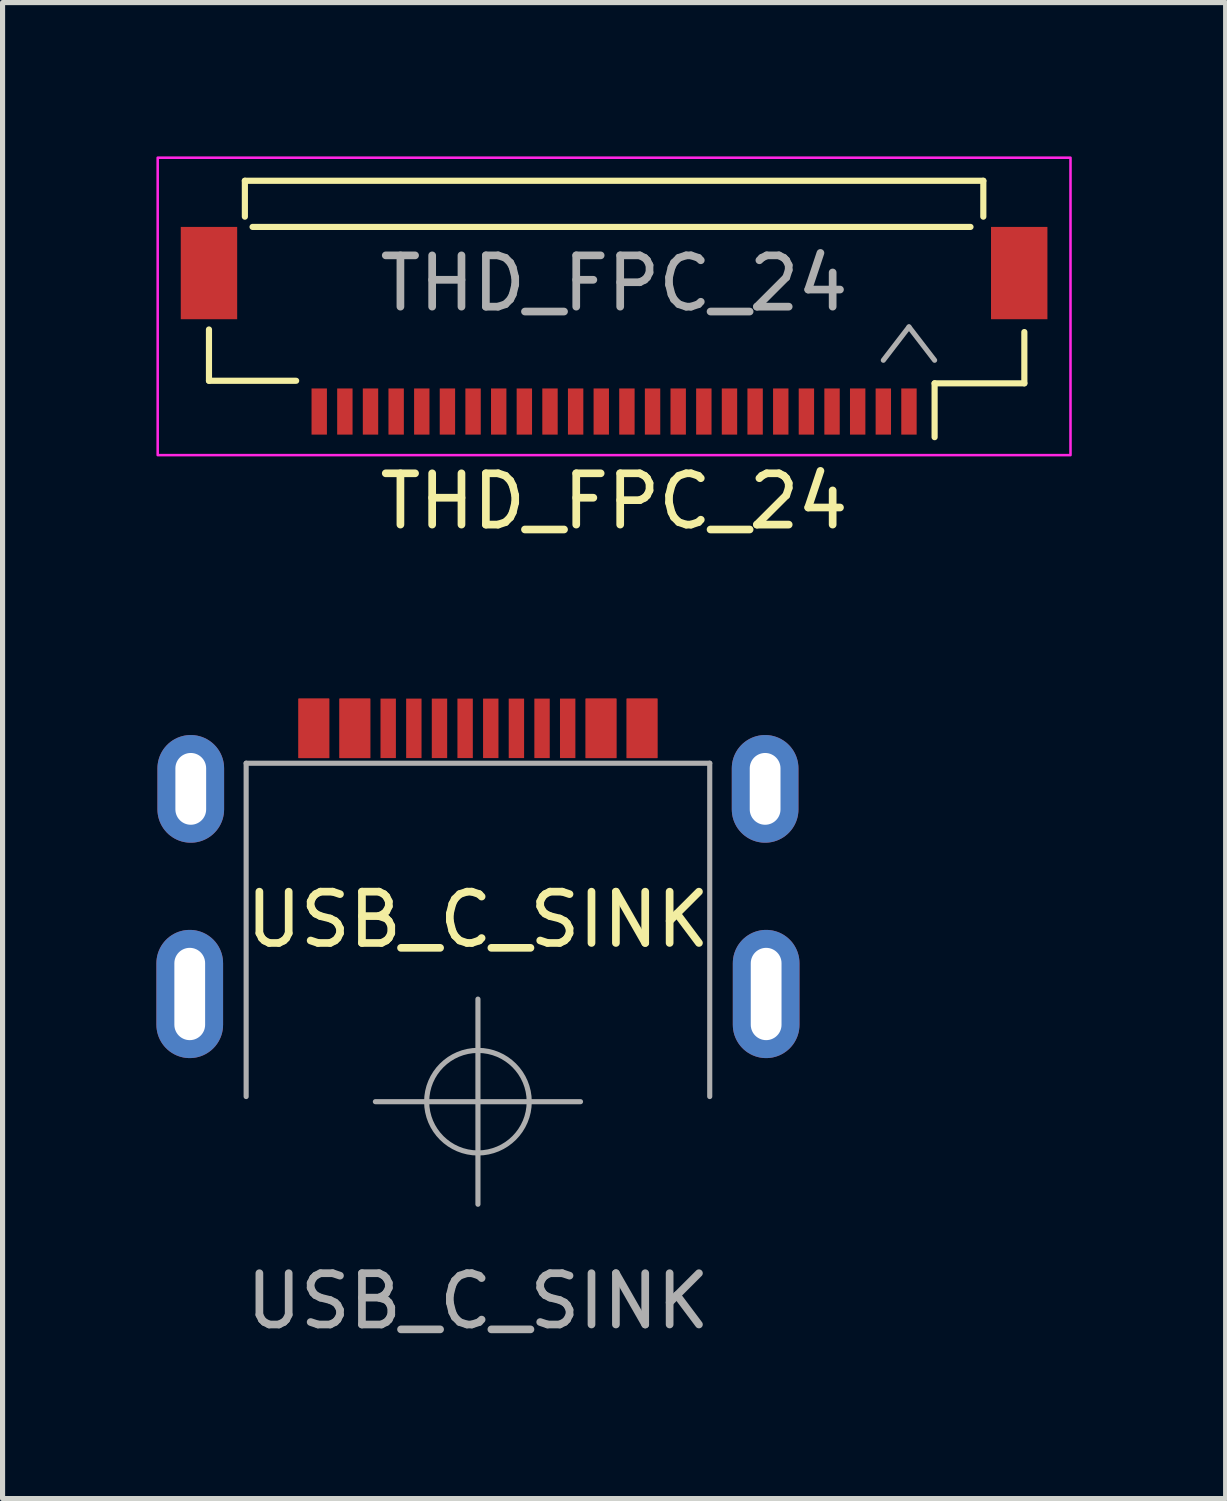
<source format=kicad_pcb>
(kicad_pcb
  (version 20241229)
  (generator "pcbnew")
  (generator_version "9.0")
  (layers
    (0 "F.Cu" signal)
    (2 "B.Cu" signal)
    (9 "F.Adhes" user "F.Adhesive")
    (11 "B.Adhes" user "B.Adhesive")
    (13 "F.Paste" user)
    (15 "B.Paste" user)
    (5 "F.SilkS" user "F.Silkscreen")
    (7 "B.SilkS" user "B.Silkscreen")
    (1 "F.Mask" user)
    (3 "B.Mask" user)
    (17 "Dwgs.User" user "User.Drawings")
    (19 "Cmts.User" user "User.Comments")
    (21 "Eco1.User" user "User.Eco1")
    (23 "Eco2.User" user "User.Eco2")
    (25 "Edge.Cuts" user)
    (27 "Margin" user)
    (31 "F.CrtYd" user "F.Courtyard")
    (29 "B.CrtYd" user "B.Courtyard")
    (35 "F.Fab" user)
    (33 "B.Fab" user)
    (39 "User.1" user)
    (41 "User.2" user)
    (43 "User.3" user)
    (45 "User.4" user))
  (footprint "USB_C_SINK"
    (layer "F.Cu")
    (at 6.27 18.433)
    (property "Reference" "USB_C_SINK" (at 0 -3.55 0) (unlocked yes) (layer "F.SilkS") (effects (font (size 1 1) (thickness 0.15))))
    (attr smd)
    (fp_line (start -4.52 -6.6) (end 4.52 -6.6) (stroke (width 0.1) (type default)) (layer "F.Fab"))
    (fp_line (start -4.52 -0.1) (end -4.52 -6.6) (stroke (width 0.1) (type default)) (layer "F.Fab"))
    (fp_line (start -2 0) (end 2 0) (stroke (width 0.1) (type default)) (layer "F.Fab"))
    (fp_line (start 0 2) (end 0 -2) (stroke (width 0.1) (type default)) (layer "F.Fab"))
    (fp_line (start 4.52 -6.6) (end 4.52 -0.1) (stroke (width 0.1) (type default)) (layer "F.Fab"))
    (fp_circle (center 0 0) (end 1 0) (stroke (width 0.1) (type default)) (fill no) (layer "F.Fab"))
    (fp_text user "${REFERENCE}" (at 0 3.89 0) (unlocked yes) (layer "F.Fab") (effects (font (size 1 1) (thickness 0.15))))
    (pad "A1" smd rect (at -3.2 -7.28) (size 0.6 1.16) (layers "F.Cu" "F.Mask" "F.Paste"))
    (pad "A4" smd rect (at -2.4 -7.28) (size 0.6 1.16) (layers "F.Cu" "F.Mask" "F.Paste"))
    (pad "A5" smd rect (at -1.25 -7.28) (size 0.3 1.16) (layers "F.Cu" "F.Mask" "F.Paste"))
    (pad "A6" smd rect (at -0.25 -7.28) (size 0.3 1.16) (layers "F.Cu" "F.Mask" "F.Paste"))
    (pad "A7" smd rect (at 0.25 -7.28) (size 0.3 1.16) (layers "F.Cu" "F.Mask" "F.Paste"))
    (pad "A8" smd rect (at 1.25 -7.28) (size 0.3 1.16) (layers "F.Cu" "F.Mask" "F.Paste"))
    (pad "A9" smd rect (at 2.4 -7.28) (size 0.6 1.16) (layers "F.Cu" "F.Mask" "F.Paste"))
    (pad "A12" smd rect (at 3.2 -7.28) (size 0.6 1.16) (layers "F.Cu" "F.Mask" "F.Paste"))
    (pad "B1" smd rect (at 3.2 -7.28) (size 0.6 1.16) (layers "F.Cu" "F.Mask" "F.Paste"))
    (pad "B4" smd rect (at 2.4 -7.28) (size 0.6 1.16) (layers "F.Cu" "F.Mask" "F.Paste"))
    (pad "B5" smd rect (at 1.75 -7.28) (size 0.3 1.16) (layers "F.Cu" "F.Mask" "F.Paste"))
    (pad "B6" smd rect (at 0.75 -7.28) (size 0.3 1.16) (layers "F.Cu" "F.Mask" "F.Paste"))
    (pad "B7" smd rect (at -0.75 -7.28) (size 0.3 1.16) (layers "F.Cu" "F.Mask" "F.Paste"))
    (pad "B8" smd rect (at -1.75 -7.28) (size 0.3 1.16) (layers "F.Cu" "F.Mask" "F.Paste"))
    (pad "B9" smd rect (at -2.4 -7.28) (size 0.6 1.16) (layers "F.Cu" "F.Mask" "F.Paste"))
    (pad "B12" smd rect (at -3.2 -7.28) (size 0.6 1.16) (layers "F.Cu" "F.Mask" "F.Paste"))
    (pad "S1" thru_hole oval (at -5.6 -6.1) (size 1.3 2.1) (drill oval 0.6 1.4) (layers "*.Cu" "*.Mask" "F.Paste"))
    (pad "S2" thru_hole oval (at -5.62 -2.1) (size 1.3 2.5) (drill oval 0.6 1.8) (layers "*.Cu" "*.Mask" "F.Paste"))
    (pad "S3" thru_hole oval (at 5.6 -6.1) (size 1.3 2.1) (drill oval 0.6 1.4) (layers "*.Cu" "*.Mask" "F.Paste"))
    (pad "S4" thru_hole oval (at 5.62 -2.1) (size 1.3 2.5) (drill oval 0.6 1.8) (layers "*.Cu" "*.Mask" "F.Paste")))
  (footprint "THD_FPC_24"
    (layer "F.Cu")
    (at 8.925 3.725)
    (property "Reference" "THD_FPC_24" (at 0 3 0) (unlocked yes) (layer "F.SilkS") (effects (font (size 1 1) (thickness 0.15))))
    (attr smd)
    (fp_line (start -7.9 -0.35) (end -7.9 0.65) (stroke (width 0.12) (type solid)) (layer "F.SilkS"))
    (fp_line (start -7.9 0.65) (end -6.2 0.65) (stroke (width 0.12) (type solid)) (layer "F.SilkS"))
    (fp_line (start -7.2 -3.25) (end -7.2 -2.55) (stroke (width 0.12) (type solid)) (layer "F.SilkS"))
    (fp_line (start -7.2 -3.25) (end 7.2 -3.25) (stroke (width 0.12) (type solid)) (layer "F.SilkS"))
    (fp_line (start 6.25 0.7) (end 6.25 1.75) (stroke (width 0.12) (type solid)) (layer "F.SilkS"))
    (fp_line (start 6.95 -2.35) (end -7.05 -2.35) (stroke (width 0.12) (type solid)) (layer "F.SilkS"))
    (fp_line (start 7.2 -3.25) (end 7.2 -2.55) (stroke (width 0.12) (type solid)) (layer "F.SilkS"))
    (fp_line (start 8 -0.3) (end 8 0.7) (stroke (width 0.12) (type solid)) (layer "F.SilkS"))
    (fp_line (start 8 0.7) (end 6.25 0.7) (stroke (width 0.12) (type solid)) (layer "F.SilkS"))
    (fp_rect (start 8.9 2.1) (end -8.9 -3.7) (stroke (width 0.05) (type solid)) (fill no) (layer "F.CrtYd"))
    (fp_line (start 5.25 0.25) (end 5.75 -0.4) (stroke (width 0.1) (type solid)) (layer "F.Fab"))
    (fp_line (start 5.75 -0.4) (end 6.25 0.25) (stroke (width 0.1) (type solid)) (layer "F.Fab"))
    (fp_text user "${REFERENCE}" (at 0 -1.25 0) (unlocked yes) (layer "F.Fab") (effects (font (size 1 1) (thickness 0.15))))
    (pad "1" smd rect (at 5.75 1.25) (size 0.3 0.9) (layers "F.Cu" "F.Mask" "F.Paste"))
    (pad "2" smd rect (at 5.25 1.25) (size 0.3 0.9) (layers "F.Cu" "F.Mask" "F.Paste"))
    (pad "3" smd rect (at 4.75 1.25) (size 0.3 0.9) (layers "F.Cu" "F.Mask" "F.Paste"))
    (pad "4" smd rect (at 4.25 1.25) (size 0.3 0.9) (layers "F.Cu" "F.Mask" "F.Paste"))
    (pad "5" smd rect (at 3.75 1.25) (size 0.3 0.9) (layers "F.Cu" "F.Mask" "F.Paste"))
    (pad "6" smd rect (at 3.25 1.25) (size 0.3 0.9) (layers "F.Cu" "F.Mask" "F.Paste"))
    (pad "7" smd rect (at 2.75 1.25) (size 0.3 0.9) (layers "F.Cu" "F.Mask" "F.Paste"))
    (pad "8" smd rect (at 2.25 1.25) (size 0.3 0.9) (layers "F.Cu" "F.Mask" "F.Paste"))
    (pad "9" smd rect (at 1.75 1.25) (size 0.3 0.9) (layers "F.Cu" "F.Mask" "F.Paste"))
    (pad "10" smd rect (at 1.25 1.25) (size 0.3 0.9) (layers "F.Cu" "F.Mask" "F.Paste"))
    (pad "11" smd rect (at 0.75 1.25) (size 0.3 0.9) (layers "F.Cu" "F.Mask" "F.Paste"))
    (pad "12" smd rect (at 0.25 1.25) (size 0.3 0.9) (layers "F.Cu" "F.Mask" "F.Paste"))
    (pad "13" smd rect (at -0.25 1.25) (size 0.3 0.9) (layers "F.Cu" "F.Mask" "F.Paste"))
    (pad "14" smd rect (at -0.75 1.25) (size 0.3 0.9) (layers "F.Cu" "F.Mask" "F.Paste"))
    (pad "15" smd rect (at -1.25 1.25) (size 0.3 0.9) (layers "F.Cu" "F.Mask" "F.Paste"))
    (pad "16" smd rect (at -1.75 1.25) (size 0.3 0.9) (layers "F.Cu" "F.Mask" "F.Paste"))
    (pad "17" smd rect (at -2.25 1.25) (size 0.3 0.9) (layers "F.Cu" "F.Mask" "F.Paste"))
    (pad "18" smd rect (at -2.75 1.25) (size 0.3 0.9) (layers "F.Cu" "F.Mask" "F.Paste"))
    (pad "19" smd rect (at -3.25 1.25) (size 0.3 0.9) (layers "F.Cu" "F.Mask" "F.Paste"))
    (pad "20" smd rect (at -3.75 1.25) (size 0.3 0.9) (layers "F.Cu" "F.Mask" "F.Paste"))
    (pad "21" smd rect (at -4.25 1.25) (size 0.3 0.9) (layers "F.Cu" "F.Mask" "F.Paste"))
    (pad "22" smd rect (at -4.75 1.25) (size 0.3 0.9) (layers "F.Cu" "F.Mask" "F.Paste"))
    (pad "23" smd rect (at -5.25 1.25) (size 0.3 0.9) (layers "F.Cu" "F.Mask" "F.Paste"))
    (pad "24" smd rect (at -5.75 1.25) (size 0.3 0.9) (layers "F.Cu" "F.Mask" "F.Paste"))
    (pad "MP0" smd rect (at 7.9 -1.45) (size 1.1 1.8) (layers "F.Cu" "F.Mask" "F.Paste"))
    (pad "MP1" smd rect (at -7.9 -1.45) (size 1.1 1.8) (layers "F.Cu" "F.Mask" "F.Paste")))
  (gr_rect
    (start -3 -3)
    (end 20.85 26.172)
    (stroke (width 0.1) (type default))
    (fill no)
    (layer "Edge.Cuts")))
</source>
